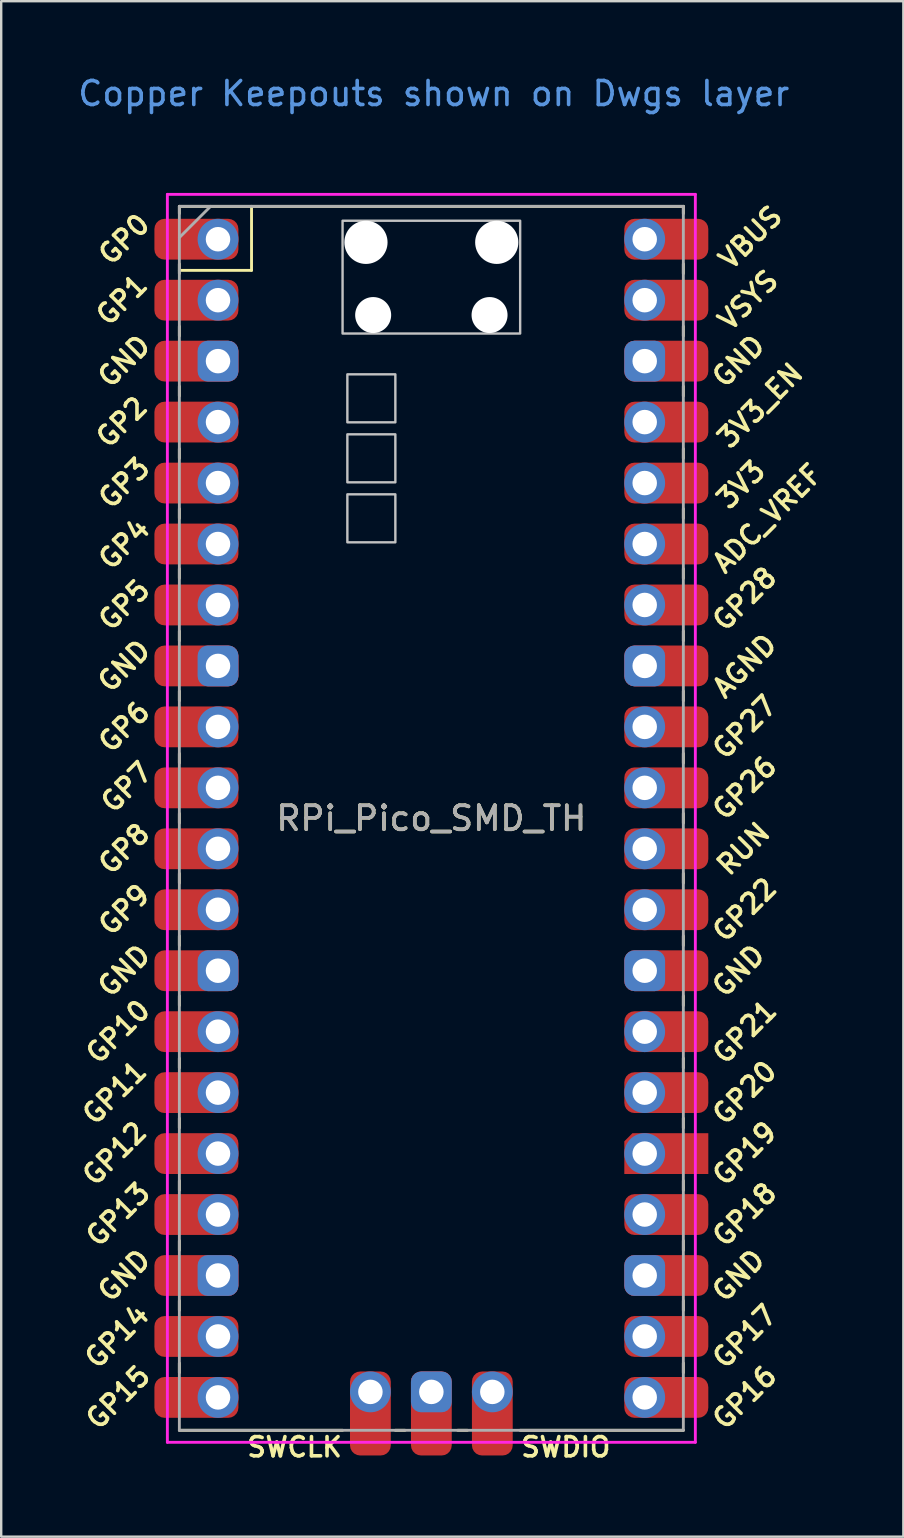
<source format=kicad_pcb>
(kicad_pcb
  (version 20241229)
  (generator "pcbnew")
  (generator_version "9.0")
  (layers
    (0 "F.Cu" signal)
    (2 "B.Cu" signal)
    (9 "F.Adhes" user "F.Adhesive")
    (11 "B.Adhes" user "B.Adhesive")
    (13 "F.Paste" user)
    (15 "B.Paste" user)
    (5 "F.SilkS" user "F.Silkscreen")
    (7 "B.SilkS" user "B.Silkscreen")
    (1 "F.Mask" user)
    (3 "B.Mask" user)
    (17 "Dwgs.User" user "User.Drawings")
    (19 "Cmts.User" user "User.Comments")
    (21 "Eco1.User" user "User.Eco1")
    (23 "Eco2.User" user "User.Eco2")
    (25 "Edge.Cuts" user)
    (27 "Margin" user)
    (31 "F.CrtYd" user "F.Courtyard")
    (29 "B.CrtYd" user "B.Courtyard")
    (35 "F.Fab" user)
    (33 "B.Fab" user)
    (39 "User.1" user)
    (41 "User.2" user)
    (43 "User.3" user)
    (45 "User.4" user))
  (footprint "RPi_Pico_SMD_TH"
    (layer "F.Cu")
    (at 14.924 31.048)
    (property "Reference" "RPi_Pico_SMD_TH" (at 0 0 0) (layer "F.SilkS") (effects (font (size 1 1) (thickness 0.15))))
    (attr through_hole)
    (fp_line (start -10.5 -25.5) (end -10.5 -25.2) (stroke (width 0.12) (type solid)) (layer "F.SilkS"))
    (fp_line (start -10.5 -25.5) (end 10.5 -25.5) (stroke (width 0.12) (type solid)) (layer "F.SilkS"))
    (fp_line (start -10.5 -23.1) (end -10.5 -22.7) (stroke (width 0.12) (type solid)) (layer "F.SilkS"))
    (fp_line (start -10.5 -22.833) (end -7.493 -22.833) (stroke (width 0.12) (type solid)) (layer "F.SilkS"))
    (fp_line (start -10.5 -20.5) (end -10.5 -20.1) (stroke (width 0.12) (type solid)) (layer "F.SilkS"))
    (fp_line (start -10.5 -18) (end -10.5 -17.6) (stroke (width 0.12) (type solid)) (layer "F.SilkS"))
    (fp_line (start -10.5 -15.4) (end -10.5 -15) (stroke (width 0.12) (type solid)) (layer "F.SilkS"))
    (fp_line (start -10.5 -12.9) (end -10.5 -12.5) (stroke (width 0.12) (type solid)) (layer "F.SilkS"))
    (fp_line (start -10.5 -10.4) (end -10.5 -10) (stroke (width 0.12) (type solid)) (layer "F.SilkS"))
    (fp_line (start -10.5 -7.8) (end -10.5 -7.4) (stroke (width 0.12) (type solid)) (layer "F.SilkS"))
    (fp_line (start -10.5 -5.3) (end -10.5 -4.9) (stroke (width 0.12) (type solid)) (layer "F.SilkS"))
    (fp_line (start -10.5 -2.7) (end -10.5 -2.3) (stroke (width 0.12) (type solid)) (layer "F.SilkS"))
    (fp_line (start -10.5 -0.2) (end -10.5 0.2) (stroke (width 0.12) (type solid)) (layer "F.SilkS"))
    (fp_line (start -10.5 2.3) (end -10.5 2.7) (stroke (width 0.12) (type solid)) (layer "F.SilkS"))
    (fp_line (start -10.5 4.9) (end -10.5 5.3) (stroke (width 0.12) (type solid)) (layer "F.SilkS"))
    (fp_line (start -10.5 7.4) (end -10.5 7.8) (stroke (width 0.12) (type solid)) (layer "F.SilkS"))
    (fp_line (start -10.5 10) (end -10.5 10.4) (stroke (width 0.12) (type solid)) (layer "F.SilkS"))
    (fp_line (start -10.5 12.5) (end -10.5 12.9) (stroke (width 0.12) (type solid)) (layer "F.SilkS"))
    (fp_line (start -10.5 15.1) (end -10.5 15.5) (stroke (width 0.12) (type solid)) (layer "F.SilkS"))
    (fp_line (start -10.5 17.6) (end -10.5 18) (stroke (width 0.12) (type solid)) (layer "F.SilkS"))
    (fp_line (start -10.5 20.1) (end -10.5 20.5) (stroke (width 0.12) (type solid)) (layer "F.SilkS"))
    (fp_line (start -10.5 22.7) (end -10.5 23.1) (stroke (width 0.12) (type solid)) (layer "F.SilkS"))
    (fp_line (start -7.493 -22.833) (end -7.493 -25.5) (stroke (width 0.12) (type solid)) (layer "F.SilkS"))
    (fp_line (start -3.7 25.5) (end -10.5 25.5) (stroke (width 0.12) (type solid)) (layer "F.SilkS"))
    (fp_line (start -1.5 25.5) (end -1.1 25.5) (stroke (width 0.12) (type solid)) (layer "F.SilkS"))
    (fp_line (start 1.1 25.5) (end 1.5 25.5) (stroke (width 0.12) (type solid)) (layer "F.SilkS"))
    (fp_line (start 10.5 -25.5) (end 10.5 -25.2) (stroke (width 0.12) (type solid)) (layer "F.SilkS"))
    (fp_line (start 10.5 -23.1) (end 10.5 -22.7) (stroke (width 0.12) (type solid)) (layer "F.SilkS"))
    (fp_line (start 10.5 -20.5) (end 10.5 -20.1) (stroke (width 0.12) (type solid)) (layer "F.SilkS"))
    (fp_line (start 10.5 -18) (end 10.5 -17.6) (stroke (width 0.12) (type solid)) (layer "F.SilkS"))
    (fp_line (start 10.5 -15.4) (end 10.5 -15) (stroke (width 0.12) (type solid)) (layer "F.SilkS"))
    (fp_line (start 10.5 -12.9) (end 10.5 -12.5) (stroke (width 0.12) (type solid)) (layer "F.SilkS"))
    (fp_line (start 10.5 -10.4) (end 10.5 -10) (stroke (width 0.12) (type solid)) (layer "F.SilkS"))
    (fp_line (start 10.5 -7.8) (end 10.5 -7.4) (stroke (width 0.12) (type solid)) (layer "F.SilkS"))
    (fp_line (start 10.5 -5.3) (end 10.5 -4.9) (stroke (width 0.12) (type solid)) (layer "F.SilkS"))
    (fp_line (start 10.5 -2.7) (end 10.5 -2.3) (stroke (width 0.12) (type solid)) (layer "F.SilkS"))
    (fp_line (start 10.5 -0.2) (end 10.5 0.2) (stroke (width 0.12) (type solid)) (layer "F.SilkS"))
    (fp_line (start 10.5 2.3) (end 10.5 2.7) (stroke (width 0.12) (type solid)) (layer "F.SilkS"))
    (fp_line (start 10.5 4.9) (end 10.5 5.3) (stroke (width 0.12) (type solid)) (layer "F.SilkS"))
    (fp_line (start 10.5 7.4) (end 10.5 7.8) (stroke (width 0.12) (type solid)) (layer "F.SilkS"))
    (fp_line (start 10.5 10) (end 10.5 10.4) (stroke (width 0.12) (type solid)) (layer "F.SilkS"))
    (fp_line (start 10.5 12.5) (end 10.5 12.9) (stroke (width 0.12) (type solid)) (layer "F.SilkS"))
    (fp_line (start 10.5 15.1) (end 10.5 15.5) (stroke (width 0.12) (type solid)) (layer "F.SilkS"))
    (fp_line (start 10.5 17.6) (end 10.5 18) (stroke (width 0.12) (type solid)) (layer "F.SilkS"))
    (fp_line (start 10.5 20.1) (end 10.5 20.5) (stroke (width 0.12) (type solid)) (layer "F.SilkS"))
    (fp_line (start 10.5 22.7) (end 10.5 23.1) (stroke (width 0.12) (type solid)) (layer "F.SilkS"))
    (fp_line (start 10.5 25.5) (end 3.7 25.5) (stroke (width 0.12) (type solid)) (layer "F.SilkS"))
    (fp_poly (pts (xy -1.5 -16.5) (xy -3.5 -16.5) (xy -3.5 -18.5) (xy -1.5 -18.5)) (stroke (width 0.1) (type solid)) (fill no) (layer "Dwgs.User"))
    (fp_poly (pts (xy -1.5 -14) (xy -3.5 -14) (xy -3.5 -16) (xy -1.5 -16)) (stroke (width 0.1) (type solid)) (fill no) (layer "Dwgs.User"))
    (fp_poly (pts (xy -1.5 -11.5) (xy -3.5 -11.5) (xy -3.5 -13.5) (xy -1.5 -13.5)) (stroke (width 0.1) (type solid)) (fill no) (layer "Dwgs.User"))
    (fp_poly (pts (xy 3.7 -20.2) (xy -3.7 -20.2) (xy -3.7 -24.9) (xy 3.7 -24.9)) (stroke (width 0.1) (type solid)) (fill no) (layer "Dwgs.User"))
    (fp_line (start -11 -26) (end 11 -26) (stroke (width 0.12) (type solid)) (layer "F.CrtYd"))
    (fp_line (start -11 26) (end -11 -26) (stroke (width 0.12) (type solid)) (layer "F.CrtYd"))
    (fp_line (start 11 -26) (end 11 26) (stroke (width 0.12) (type solid)) (layer "F.CrtYd"))
    (fp_line (start 11 26) (end -11 26) (stroke (width 0.12) (type solid)) (layer "F.CrtYd"))
    (fp_line (start -10.5 -25.5) (end 10.5 -25.5) (stroke (width 0.12) (type solid)) (layer "F.Fab"))
    (fp_line (start -10.5 -24.2) (end -9.2 -25.5) (stroke (width 0.12) (type solid)) (layer "F.Fab"))
    (fp_line (start -10.5 25.5) (end -10.5 -25.5) (stroke (width 0.12) (type solid)) (layer "F.Fab"))
    (fp_line (start 10.5 -25.5) (end 10.5 25.5) (stroke (width 0.12) (type solid)) (layer "F.Fab"))
    (fp_line (start 10.5 25.5) (end -10.5 25.5) (stroke (width 0.12) (type solid)) (layer "F.Fab"))
    (fp_text user "GP27" (at 13.054 -3.8 45) (layer "F.SilkS") (effects (font (size 0.8 0.8) (thickness 0.15))))
    (fp_text user "GP2" (at -12.9 -16.51 45) (layer "F.SilkS") (effects (font (size 0.8 0.8) (thickness 0.15))))
    (fp_text user "GP21" (at 13.054 8.9 45) (layer "F.SilkS") (effects (font (size 0.8 0.8) (thickness 0.15))))
    (fp_text user "ADC_VREF" (at 14 -12.5 45) (layer "F.SilkS") (effects (font (size 0.8 0.8) (thickness 0.15))))
    (fp_text user "3V3_EN" (at 13.7 -17.2 45) (layer "F.SilkS") (effects (font (size 0.8 0.8) (thickness 0.15))))
    (fp_text user "GP8" (at -12.8 1.27 45) (layer "F.SilkS") (effects (font (size 0.8 0.8) (thickness 0.15))))
    (fp_text user "GP6" (at -12.8 -3.81 45) (layer "F.SilkS") (effects (font (size 0.8 0.8) (thickness 0.15))))
    (fp_text user "GP3" (at -12.8 -13.97 45) (layer "F.SilkS") (effects (font (size 0.8 0.8) (thickness 0.15))))
    (fp_text user "GND" (at 12.8 6.35 45) (layer "F.SilkS") (effects (font (size 0.8 0.8) (thickness 0.15))))
    (fp_text user "GP28" (at 13.054 -9.144 45) (layer "F.SilkS") (effects (font (size 0.8 0.8) (thickness 0.15))))
    (fp_text user "GP9" (at -12.8 3.81 45) (layer "F.SilkS") (effects (font (size 0.8 0.8) (thickness 0.15))))
    (fp_text user "GP4" (at -12.8 -11.43 45) (layer "F.SilkS") (effects (font (size 0.8 0.8) (thickness 0.15))))
    (fp_text user "VSYS" (at 13.2 -21.59 45) (layer "F.SilkS") (effects (font (size 0.8 0.8) (thickness 0.15))))
    (fp_text user "GP18" (at 13.054 16.51 45) (layer "F.SilkS") (effects (font (size 0.8 0.8) (thickness 0.15))))
    (fp_text user "GND" (at -12.8 -6.35 45) (layer "F.SilkS") (effects (font (size 0.8 0.8) (thickness 0.15))))
    (fp_text user "GP19" (at 13.054 13.97 45) (layer "F.SilkS") (effects (font (size 0.8 0.8) (thickness 0.15))))
    (fp_text user "GP10" (at -13.054 8.89 45) (layer "F.SilkS") (effects (font (size 0.8 0.8) (thickness 0.15))))
    (fp_text user "GND" (at 12.8 19.05 45) (layer "F.SilkS") (effects (font (size 0.8 0.8) (thickness 0.15))))
    (fp_text user "GP22" (at 13.054 3.81 45) (layer "F.SilkS") (effects (font (size 0.8 0.8) (thickness 0.15))))
    (fp_text user "GP16" (at 13.054 24.13 45) (layer "F.SilkS") (effects (font (size 0.8 0.8) (thickness 0.15))))
    (fp_text user "GP7" (at -12.7 -1.3 45) (layer "F.SilkS") (effects (font (size 0.8 0.8) (thickness 0.15))))
    (fp_text user "AGND" (at 13.054 -6.35 45) (layer "F.SilkS") (effects (font (size 0.8 0.8) (thickness 0.15))))
    (fp_text user "GND" (at -12.8 -19.05 45) (layer "F.SilkS") (effects (font (size 0.8 0.8) (thickness 0.15))))
    (fp_text user "GP26" (at 13.054 -1.27 45) (layer "F.SilkS") (effects (font (size 0.8 0.8) (thickness 0.15))))
    (fp_text user "GP20" (at 13.054 11.43 45) (layer "F.SilkS") (effects (font (size 0.8 0.8) (thickness 0.15))))
    (fp_text user "GP11" (at -13.2 11.43 45) (layer "F.SilkS") (effects (font (size 0.8 0.8) (thickness 0.15))))
    (fp_text user "RUN" (at 13 1.27 45) (layer "F.SilkS") (effects (font (size 0.8 0.8) (thickness 0.15))))
    (fp_text user "GP14" (at -13.1 21.59 45) (layer "F.SilkS") (effects (font (size 0.8 0.8) (thickness 0.15))))
    (fp_text user "GP13" (at -13.054 16.51 45) (layer "F.SilkS") (effects (font (size 0.8 0.8) (thickness 0.15))))
    (fp_text user "GND" (at 12.8 -19.05 45) (layer "F.SilkS") (effects (font (size 0.8 0.8) (thickness 0.15))))
    (fp_text user "3V3" (at 12.9 -13.9 45) (layer "F.SilkS") (effects (font (size 0.8 0.8) (thickness 0.15))))
    (fp_text user "GND" (at -12.8 19.05 45) (layer "F.SilkS") (effects (font (size 0.8 0.8) (thickness 0.15))))
    (fp_text user "GP5" (at -12.8 -8.89 45) (layer "F.SilkS") (effects (font (size 0.8 0.8) (thickness 0.15))))
    (fp_text user "GP15" (at -13.054 24.13 45) (layer "F.SilkS") (effects (font (size 0.8 0.8) (thickness 0.15))))
    (fp_text user "SWCLK" (at -5.7 26.2 0) (layer "F.SilkS") (effects (font (size 0.8 0.8) (thickness 0.15))))
    (fp_text user "GP12" (at -13.2 13.97 45) (layer "F.SilkS") (effects (font (size 0.8 0.8) (thickness 0.15))))
    (fp_text user "GP17" (at 13.054 21.59 45) (layer "F.SilkS") (effects (font (size 0.8 0.8) (thickness 0.15))))
    (fp_text user "SWDIO" (at 5.6 26.2 0) (layer "F.SilkS") (effects (font (size 0.8 0.8) (thickness 0.15))))
    (fp_text user "GP0" (at -12.8 -24.13 45) (layer "F.SilkS") (effects (font (size 0.8 0.8) (thickness 0.15))))
    (fp_text user "GND" (at -12.8 6.35 45) (layer "F.SilkS") (effects (font (size 0.8 0.8) (thickness 0.15))))
    (fp_text user "GP1" (at -12.9 -21.6 45) (layer "F.SilkS") (effects (font (size 0.8 0.8) (thickness 0.15))))
    (fp_text user "VBUS" (at 13.3 -24.2 45) (layer "F.SilkS") (effects (font (size 0.8 0.8) (thickness 0.15))))
    (fp_text user "Copper Keepouts shown on Dwgs layer" (at 0.1 -30.2 0) (layer "Cmts.User") (effects (font (size 1 1) (thickness 0.15))))
    (fp_text user "${REFERENCE}" (at 0 0 180) (layer "F.Fab") (effects (font (size 1 1) (thickness 0.15))))
    (pad "" np_thru_hole oval (at -2.725 -24) (size 1.8 1.8) (drill 1.8) (layers "*.Cu" "*.Mask"))
    (pad "" np_thru_hole oval (at -2.425 -20.97) (size 1.5 1.5) (drill 1.5) (layers "*.Cu" "*.Mask"))
    (pad "" np_thru_hole oval (at 2.425 -20.97) (size 1.5 1.5) (drill 1.5) (layers "*.Cu" "*.Mask"))
    (pad "" np_thru_hole oval (at 2.725 -24) (size 1.8 1.8) (drill 1.8) (layers "*.Cu" "*.Mask"))
    (pad "1" thru_hole oval (at -8.89 -24.13) (size 1.7 1.7) (drill 1.02) (layers "*.Cu" "*.Mask"))
    (pad "1" smd roundrect (at -8.89 -24.13) (size 3.5 1.7) (drill (offset -0.9 0)) (layers "F.Cu" "F.Mask") (roundrect_rratio 0.25))
    (pad "2" thru_hole oval (at -8.89 -21.59) (size 1.7 1.7) (drill 1.02) (layers "*.Cu" "*.Mask"))
    (pad "2" smd roundrect (at -8.89 -21.59) (size 3.5 1.7) (drill (offset -0.9 0)) (layers "F.Cu" "F.Mask") (roundrect_rratio 0.25))
    (pad "3" thru_hole roundrect (at -8.89 -19.05) (size 1.7 1.7) (drill 1.02) (layers "*.Cu" "*.Mask") (roundrect_rratio 0.25))
    (pad "3" smd roundrect (at -8.89 -19.05) (size 3.5 1.7) (drill (offset -0.9 0)) (layers "F.Cu" "F.Mask") (roundrect_rratio 0.25))
    (pad "4" thru_hole oval (at -8.89 -16.51) (size 1.7 1.7) (drill 1.02) (layers "*.Cu" "*.Mask"))
    (pad "4" smd roundrect (at -8.89 -16.51) (size 3.5 1.7) (drill (offset -0.9 0)) (layers "F.Cu" "F.Mask") (roundrect_rratio 0.25))
    (pad "5" thru_hole oval (at -8.89 -13.97) (size 1.7 1.7) (drill 1.02) (layers "*.Cu" "*.Mask"))
    (pad "5" smd roundrect (at -8.89 -13.97) (size 3.5 1.7) (drill (offset -0.9 0)) (layers "F.Cu" "F.Mask") (roundrect_rratio 0.25))
    (pad "6" thru_hole oval (at -8.89 -11.43) (size 1.7 1.7) (drill 1.02) (layers "*.Cu" "*.Mask"))
    (pad "6" smd roundrect (at -8.89 -11.43) (size 3.5 1.7) (drill (offset -0.9 0)) (layers "F.Cu" "F.Mask") (roundrect_rratio 0.25))
    (pad "7" thru_hole oval (at -8.89 -8.89) (size 1.7 1.7) (drill 1.02) (layers "*.Cu" "*.Mask"))
    (pad "7" smd roundrect (at -8.89 -8.89) (size 3.5 1.7) (drill (offset -0.9 0)) (layers "F.Cu" "F.Mask") (roundrect_rratio 0.25))
    (pad "8" thru_hole roundrect (at -8.89 -6.35) (size 1.7 1.7) (drill 1.02) (layers "*.Cu" "*.Mask") (roundrect_rratio 0.25))
    (pad "8" smd roundrect (at -8.89 -6.35) (size 3.5 1.7) (drill (offset -0.9 0)) (layers "F.Cu" "F.Mask") (roundrect_rratio 0.25))
    (pad "9" thru_hole oval (at -8.89 -3.81) (size 1.7 1.7) (drill 1.02) (layers "*.Cu" "*.Mask"))
    (pad "9" smd roundrect (at -8.89 -3.81) (size 3.5 1.7) (drill (offset -0.9 0)) (layers "F.Cu" "F.Mask") (roundrect_rratio 0.25))
    (pad "10" thru_hole oval (at -8.89 -1.27) (size 1.7 1.7) (drill 1.02) (layers "*.Cu" "*.Mask"))
    (pad "10" smd roundrect (at -8.89 -1.27) (size 3.5 1.7) (drill (offset -0.9 0)) (layers "F.Cu" "F.Mask") (roundrect_rratio 0.25))
    (pad "11" thru_hole oval (at -8.89 1.27) (size 1.7 1.7) (drill 1.02) (layers "*.Cu" "*.Mask"))
    (pad "11" smd roundrect (at -8.89 1.27) (size 3.5 1.7) (drill (offset -0.9 0)) (layers "F.Cu" "F.Mask") (roundrect_rratio 0.25))
    (pad "12" thru_hole oval (at -8.89 3.81) (size 1.7 1.7) (drill 1.02) (layers "*.Cu" "*.Mask"))
    (pad "12" smd roundrect (at -8.89 3.81) (size 3.5 1.7) (drill (offset -0.9 0)) (layers "F.Cu" "F.Mask") (roundrect_rratio 0.25))
    (pad "13" thru_hole roundrect (at -8.89 6.35) (size 1.7 1.7) (drill 1.02) (layers "*.Cu" "*.Mask") (roundrect_rratio 0.25))
    (pad "13" smd roundrect (at -8.89 6.35) (size 3.5 1.7) (drill (offset -0.9 0)) (layers "F.Cu" "F.Mask") (roundrect_rratio 0.25))
    (pad "14" thru_hole oval (at -8.89 8.89) (size 1.7 1.7) (drill 1.02) (layers "*.Cu" "*.Mask"))
    (pad "14" smd roundrect (at -8.89 8.89) (size 3.5 1.7) (drill (offset -0.9 0)) (layers "F.Cu" "F.Mask") (roundrect_rratio 0.25))
    (pad "15" thru_hole oval (at -8.89 11.43) (size 1.7 1.7) (drill 1.02) (layers "*.Cu" "*.Mask"))
    (pad "15" smd roundrect (at -8.89 11.43) (size 3.5 1.7) (drill (offset -0.9 0)) (layers "F.Cu" "F.Mask") (roundrect_rratio 0.25))
    (pad "16" thru_hole oval (at -8.89 13.97) (size 1.7 1.7) (drill 1.02) (layers "*.Cu" "*.Mask"))
    (pad "16" smd roundrect (at -8.89 13.97) (size 3.5 1.7) (drill (offset -0.9 0)) (layers "F.Cu" "F.Mask") (roundrect_rratio 0.25))
    (pad "17" thru_hole oval (at -8.89 16.51) (size 1.7 1.7) (drill 1.02) (layers "*.Cu" "*.Mask"))
    (pad "17" smd roundrect (at -8.89 16.51) (size 3.5 1.7) (drill (offset -0.9 0)) (layers "F.Cu" "F.Mask") (roundrect_rratio 0.25))
    (pad "18" thru_hole roundrect (at -8.89 19.05) (size 1.7 1.7) (drill 1.02) (layers "*.Cu" "*.Mask") (roundrect_rratio 0.25))
    (pad "18" smd roundrect (at -8.89 19.05) (size 3.5 1.7) (drill (offset -0.9 0)) (layers "F.Cu" "F.Mask") (roundrect_rratio 0.25))
    (pad "19" thru_hole oval (at -8.89 21.59) (size 1.7 1.7) (drill 1.02) (layers "*.Cu" "*.Mask"))
    (pad "19" smd roundrect (at -8.89 21.59) (size 3.5 1.7) (drill (offset -0.9 0)) (layers "F.Cu" "F.Mask") (roundrect_rratio 0.25))
    (pad "20" thru_hole oval (at -8.89 24.13) (size 1.7 1.7) (drill 1.02) (layers "*.Cu" "*.Mask"))
    (pad "20" smd roundrect (at -8.89 24.13) (size 3.5 1.7) (drill (offset -0.9 0)) (layers "F.Cu" "F.Mask") (roundrect_rratio 0.25))
    (pad "21" thru_hole oval (at 8.89 24.13) (size 1.7 1.7) (drill 1.02) (layers "*.Cu" "*.Mask"))
    (pad "21" smd roundrect (at 8.89 24.13) (size 3.5 1.7) (drill (offset 0.9 0)) (layers "F.Cu" "F.Mask") (roundrect_rratio 0.25))
    (pad "22" thru_hole oval (at 8.89 21.59) (size 1.7 1.7) (drill 1.02) (layers "*.Cu" "*.Mask"))
    (pad "22" smd roundrect (at 8.89 21.59) (size 3.5 1.7) (drill (offset 0.9 0)) (layers "F.Cu" "F.Mask") (roundrect_rratio 0.25))
    (pad "23" thru_hole roundrect (at 8.89 19.05) (size 1.7 1.7) (drill 1.02) (layers "*.Cu" "*.Mask") (roundrect_rratio 0.25))
    (pad "23" smd roundrect (at 8.89 19.05) (size 3.5 1.7) (drill (offset 0.9 0)) (layers "F.Cu" "F.Mask") (roundrect_rratio 0.25))
    (pad "24" thru_hole oval (at 8.89 16.51) (size 1.7 1.7) (drill 1.02) (layers "*.Cu" "*.Mask"))
    (pad "24" smd roundrect (at 8.89 16.51) (size 3.5 1.7) (drill (offset 0.9 0)) (layers "F.Cu" "F.Mask") (roundrect_rratio 0.25))
    (pad "25" thru_hole oval (at 8.89 13.97) (size 1.7 1.7) (drill 1.02) (layers "*.Cu" "*.Mask"))
    (pad "25" smd roundrect (at 8.89 13.97) (size 3.5 1.7) (drill (offset 0.9 0)) (layers "F.Cu" "F.Mask") (roundrect_rratio 0) (chamfer_ratio 0.2) (chamfer top_left))
    (pad "26" thru_hole oval (at 8.89 11.43) (size 1.7 1.7) (drill 1.02) (layers "*.Cu" "*.Mask"))
    (pad "26" smd roundrect (at 8.89 11.43) (size 3.5 1.7) (drill (offset 0.9 0)) (layers "F.Cu" "F.Mask") (roundrect_rratio 0.25))
    (pad "27" thru_hole oval (at 8.89 8.89) (size 1.7 1.7) (drill 1.02) (layers "*.Cu" "*.Mask"))
    (pad "27" smd roundrect (at 8.89 8.89) (size 3.5 1.7) (drill (offset 0.9 0)) (layers "F.Cu" "F.Mask") (roundrect_rratio 0.25))
    (pad "28" thru_hole roundrect (at 8.89 6.35) (size 1.7 1.7) (drill 1.02) (layers "*.Cu" "*.Mask") (roundrect_rratio 0.25))
    (pad "28" smd roundrect (at 8.89 6.35) (size 3.5 1.7) (drill (offset 0.9 0)) (layers "F.Cu" "F.Mask") (roundrect_rratio 0.25))
    (pad "29" thru_hole oval (at 8.89 3.81) (size 1.7 1.7) (drill 1.02) (layers "*.Cu" "*.Mask"))
    (pad "29" smd roundrect (at 8.89 3.81) (size 3.5 1.7) (drill (offset 0.9 0)) (layers "F.Cu" "F.Mask") (roundrect_rratio 0.25))
    (pad "30" thru_hole oval (at 8.89 1.27) (size 1.7 1.7) (drill 1.02) (layers "*.Cu" "*.Mask"))
    (pad "30" smd roundrect (at 8.89 1.27) (size 3.5 1.7) (drill (offset 0.9 0)) (layers "F.Cu" "F.Mask") (roundrect_rratio 0.25))
    (pad "31" thru_hole oval (at 8.89 -1.27) (size 1.7 1.7) (drill 1.02) (layers "*.Cu" "*.Mask"))
    (pad "31" smd roundrect (at 8.89 -1.27) (size 3.5 1.7) (drill (offset 0.9 0)) (layers "F.Cu" "F.Mask") (roundrect_rratio 0.25))
    (pad "32" thru_hole oval (at 8.89 -3.81) (size 1.7 1.7) (drill 1.02) (layers "*.Cu" "*.Mask"))
    (pad "32" smd roundrect (at 8.89 -3.81) (size 3.5 1.7) (drill (offset 0.9 0)) (layers "F.Cu" "F.Mask") (roundrect_rratio 0.25))
    (pad "33" thru_hole roundrect (at 8.89 -6.35) (size 1.7 1.7) (drill 1.02) (layers "*.Cu" "*.Mask") (roundrect_rratio 0.25))
    (pad "33" smd roundrect (at 8.89 -6.35) (size 3.5 1.7) (drill (offset 0.9 0)) (layers "F.Cu" "F.Mask") (roundrect_rratio 0.25))
    (pad "34" thru_hole oval (at 8.89 -8.89) (size 1.7 1.7) (drill 1.02) (layers "*.Cu" "*.Mask"))
    (pad "34" smd roundrect (at 8.89 -8.89) (size 3.5 1.7) (drill (offset 0.9 0)) (layers "F.Cu" "F.Mask") (roundrect_rratio 0.25))
    (pad "35" thru_hole oval (at 8.89 -11.43) (size 1.7 1.7) (drill 1.02) (layers "*.Cu" "*.Mask"))
    (pad "35" smd roundrect (at 8.89 -11.43) (size 3.5 1.7) (drill (offset 0.9 0)) (layers "F.Cu" "F.Mask") (roundrect_rratio 0.25))
    (pad "36" thru_hole oval (at 8.89 -13.97) (size 1.7 1.7) (drill 1.02) (layers "*.Cu" "*.Mask"))
    (pad "36" smd roundrect (at 8.89 -13.97) (size 3.5 1.7) (drill (offset 0.9 0)) (layers "F.Cu" "F.Mask") (roundrect_rratio 0.25))
    (pad "37" thru_hole oval (at 8.89 -16.51) (size 1.7 1.7) (drill 1.02) (layers "*.Cu" "*.Mask"))
    (pad "37" smd roundrect (at 8.89 -16.51) (size 3.5 1.7) (drill (offset 0.9 0)) (layers "F.Cu" "F.Mask") (roundrect_rratio 0.25))
    (pad "38" thru_hole roundrect (at 8.89 -19.05) (size 1.7 1.7) (drill 1.02) (layers "*.Cu" "*.Mask") (roundrect_rratio 0.25))
    (pad "38" smd roundrect (at 8.89 -19.05) (size 3.5 1.7) (drill (offset 0.9 0)) (layers "F.Cu" "F.Mask") (roundrect_rratio 0.25))
    (pad "39" thru_hole oval (at 8.89 -21.59) (size 1.7 1.7) (drill 1.02) (layers "*.Cu" "*.Mask"))
    (pad "39" smd roundrect (at 8.89 -21.59) (size 3.5 1.7) (drill (offset 0.9 0)) (layers "F.Cu" "F.Mask") (roundrect_rratio 0.25))
    (pad "40" thru_hole oval (at 8.89 -24.13) (size 1.7 1.7) (drill 1.02) (layers "*.Cu" "*.Mask"))
    (pad "40" smd roundrect (at 8.89 -24.13) (size 3.5 1.7) (drill (offset 0.9 0)) (layers "F.Cu" "F.Mask") (roundrect_rratio 0.25))
    (pad "41" thru_hole oval (at -2.54 23.9) (size 1.7 1.7) (drill 1.02) (layers "*.Cu" "*.Mask"))
    (pad "41" smd roundrect (at -2.54 23.9 90) (size 3.5 1.7) (drill (offset -0.9 0)) (layers "F.Cu" "F.Mask") (roundrect_rratio 0.25))
    (pad "42" thru_hole roundrect (at 0 23.9) (size 1.7 1.7) (drill 1.02) (layers "*.Cu" "*.Mask") (roundrect_rratio 0.25))
    (pad "42" smd roundrect (at 0 23.9 90) (size 3.5 1.7) (drill (offset -0.9 0)) (layers "F.Cu" "F.Mask") (roundrect_rratio 0.25))
    (pad "43" thru_hole oval (at 2.54 23.9) (size 1.7 1.7) (drill 1.02) (layers "*.Cu" "*.Mask"))
    (pad "43" smd roundrect (at 2.54 23.9 90) (size 3.5 1.7) (drill (offset -0.9 0)) (layers "F.Cu" "F.Mask") (roundrect_rratio 0.25)))
  (gr_rect
    (start -3 -3)
    (end 34.591 60.98)
    (stroke (width 0.1) (type default))
    (fill no)
    (layer "Edge.Cuts")))
</source>
